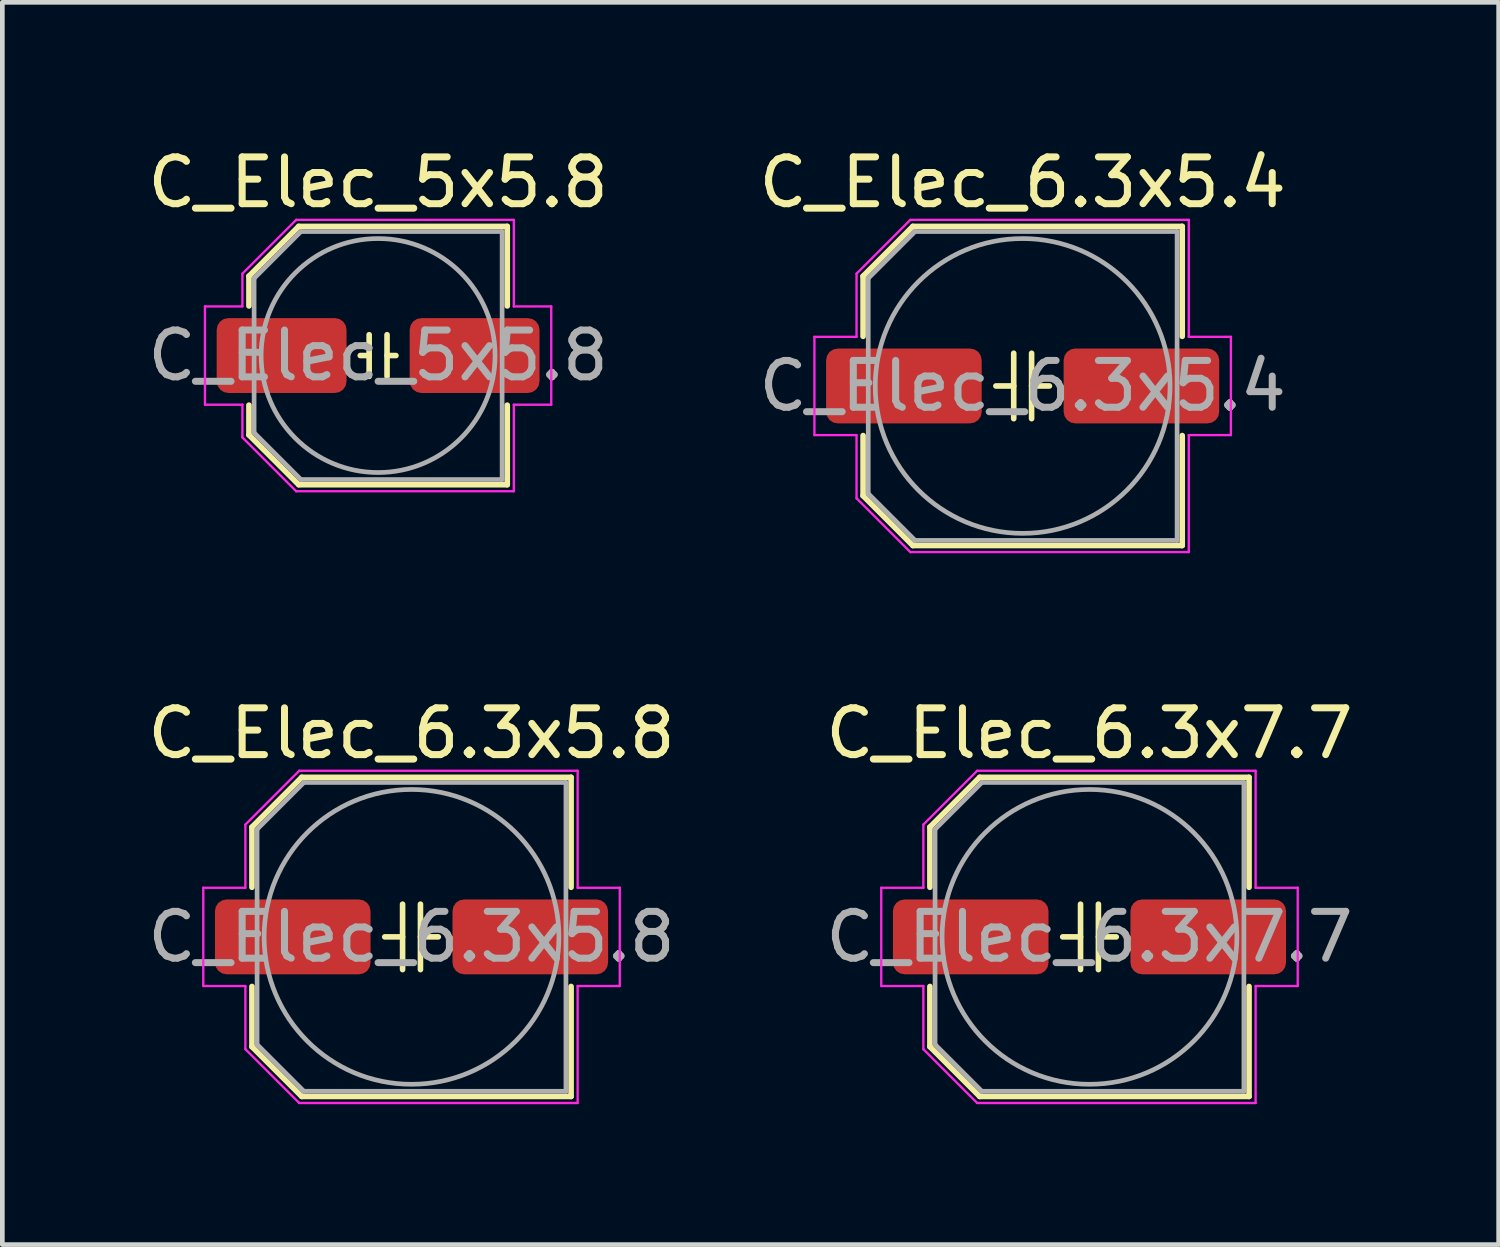
<source format=kicad_pcb>
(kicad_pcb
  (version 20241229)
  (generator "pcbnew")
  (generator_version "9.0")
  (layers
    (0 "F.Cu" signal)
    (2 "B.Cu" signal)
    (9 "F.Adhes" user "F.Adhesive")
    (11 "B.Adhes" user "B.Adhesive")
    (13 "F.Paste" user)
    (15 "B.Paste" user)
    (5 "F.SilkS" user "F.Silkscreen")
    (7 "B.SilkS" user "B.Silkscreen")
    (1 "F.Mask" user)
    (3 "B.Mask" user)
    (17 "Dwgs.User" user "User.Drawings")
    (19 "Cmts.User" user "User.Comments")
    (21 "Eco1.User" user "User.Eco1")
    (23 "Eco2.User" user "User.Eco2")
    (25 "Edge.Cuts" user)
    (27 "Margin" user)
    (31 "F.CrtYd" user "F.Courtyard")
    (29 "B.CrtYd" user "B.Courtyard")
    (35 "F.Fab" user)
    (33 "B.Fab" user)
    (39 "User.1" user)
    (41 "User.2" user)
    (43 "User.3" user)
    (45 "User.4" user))
  (footprint "C_Elec_6.3x7.7"
    (layer "F.Cu")
    (at 20.232 16.971)
    (property "Reference" "C_Elec_6.3x7.7" (at 0 -4.35 0) (layer "F.SilkS") (effects (font (size 1 1) (thickness 0.15))))
    (attr smd)
    (fp_line (start -3.41 -2.346) (end -3.41 -1.06) (stroke (width 0.12) (type solid)) (layer "F.SilkS"))
    (fp_line (start -3.41 -2.346) (end -2.346 -3.41) (stroke (width 0.12) (type solid)) (layer "F.SilkS"))
    (fp_line (start -3.41 2.346) (end -3.41 1.06) (stroke (width 0.12) (type solid)) (layer "F.SilkS"))
    (fp_line (start -3.41 2.346) (end -2.346 3.41) (stroke (width 0.12) (type solid)) (layer "F.SilkS"))
    (fp_line (start -2.346 -3.41) (end 3.41 -3.41) (stroke (width 0.12) (type solid)) (layer "F.SilkS"))
    (fp_line (start -2.346 3.41) (end 3.41 3.41) (stroke (width 0.12) (type solid)) (layer "F.SilkS"))
    (fp_line (start -0.191 -0.699) (end -0.191 0.699) (stroke (width 0.12) (type solid)) (layer "F.SilkS"))
    (fp_line (start -0.191 0) (end -0.572 0) (stroke (width 0.12) (type solid)) (layer "F.SilkS"))
    (fp_line (start 0.191 -0.699) (end 0.191 0.699) (stroke (width 0.12) (type solid)) (layer "F.SilkS"))
    (fp_line (start 0.191 0) (end 0.572 0) (stroke (width 0.12) (type solid)) (layer "F.SilkS"))
    (fp_line (start 3.41 -3.41) (end 3.41 -1.06) (stroke (width 0.12) (type solid)) (layer "F.SilkS"))
    (fp_line (start 3.41 3.41) (end 3.41 1.06) (stroke (width 0.12) (type solid)) (layer "F.SilkS"))
    (fp_line (start -4.45 -1.05) (end -4.45 1.05) (stroke (width 0.05) (type solid)) (layer "F.CrtYd"))
    (fp_line (start -4.45 1.05) (end -3.55 1.05) (stroke (width 0.05) (type solid)) (layer "F.CrtYd"))
    (fp_line (start -3.55 -2.4) (end -3.55 -1.05) (stroke (width 0.05) (type solid)) (layer "F.CrtYd"))
    (fp_line (start -3.55 -2.4) (end -2.4 -3.55) (stroke (width 0.05) (type solid)) (layer "F.CrtYd"))
    (fp_line (start -3.55 -1.05) (end -4.45 -1.05) (stroke (width 0.05) (type solid)) (layer "F.CrtYd"))
    (fp_line (start -3.55 1.05) (end -3.55 2.4) (stroke (width 0.05) (type solid)) (layer "F.CrtYd"))
    (fp_line (start -3.55 2.4) (end -2.4 3.55) (stroke (width 0.05) (type solid)) (layer "F.CrtYd"))
    (fp_line (start -2.4 -3.55) (end 3.55 -3.55) (stroke (width 0.05) (type solid)) (layer "F.CrtYd"))
    (fp_line (start -2.4 3.55) (end 3.55 3.55) (stroke (width 0.05) (type solid)) (layer "F.CrtYd"))
    (fp_line (start 3.55 -3.55) (end 3.55 -1.05) (stroke (width 0.05) (type solid)) (layer "F.CrtYd"))
    (fp_line (start 3.55 -1.05) (end 4.45 -1.05) (stroke (width 0.05) (type solid)) (layer "F.CrtYd"))
    (fp_line (start 3.55 1.05) (end 3.55 3.55) (stroke (width 0.05) (type solid)) (layer "F.CrtYd"))
    (fp_line (start 4.45 -1.05) (end 4.45 1.05) (stroke (width 0.05) (type solid)) (layer "F.CrtYd"))
    (fp_line (start 4.45 1.05) (end 3.55 1.05) (stroke (width 0.05) (type solid)) (layer "F.CrtYd"))
    (fp_line (start -3.3 -2.3) (end -3.3 2.3) (stroke (width 0.1) (type solid)) (layer "F.Fab"))
    (fp_line (start -3.3 -2.3) (end -2.3 -3.3) (stroke (width 0.1) (type solid)) (layer "F.Fab"))
    (fp_line (start -3.3 2.3) (end -2.3 3.3) (stroke (width 0.1) (type solid)) (layer "F.Fab"))
    (fp_line (start -2.3 -3.3) (end 3.3 -3.3) (stroke (width 0.1) (type solid)) (layer "F.Fab"))
    (fp_line (start -2.3 3.3) (end 3.3 3.3) (stroke (width 0.1) (type solid)) (layer "F.Fab"))
    (fp_line (start 3.3 -3.3) (end 3.3 3.3) (stroke (width 0.1) (type solid)) (layer "F.Fab"))
    (fp_circle (center 0 0) (end 3.15 0) (stroke (width 0.1) (type solid)) (fill no) (layer "F.Fab"))
    (fp_text user "${REFERENCE}" (at 0 0 0) (layer "F.Fab") (effects (font (size 1 1) (thickness 0.15))))
    (pad "1" smd roundrect (at -2.538 0) (size 3.325 1.6) (layers "F.Cu" "F.Mask" "F.Paste") (roundrect_rratio 0.156))
    (pad "2" smd roundrect (at 2.538 0) (size 3.325 1.6) (layers "F.Cu" "F.Mask" "F.Paste") (roundrect_rratio 0.156)))
  (footprint "C_Elec_5x5.8"
    (layer "F.Cu")
    (at 5.03 4.548)
    (property "Reference" "C_Elec_5x5.8" (at 0 -3.7 0) (layer "F.SilkS") (effects (font (size 1 1) (thickness 0.15))))
    (attr smd)
    (fp_line (start -2.76 -1.696) (end -2.76 -1.06) (stroke (width 0.12) (type solid)) (layer "F.SilkS"))
    (fp_line (start -2.76 -1.696) (end -1.696 -2.76) (stroke (width 0.12) (type solid)) (layer "F.SilkS"))
    (fp_line (start -2.76 1.696) (end -2.76 1.06) (stroke (width 0.12) (type solid)) (layer "F.SilkS"))
    (fp_line (start -2.76 1.696) (end -1.696 2.76) (stroke (width 0.12) (type solid)) (layer "F.SilkS"))
    (fp_line (start -1.696 -2.76) (end 2.76 -2.76) (stroke (width 0.12) (type solid)) (layer "F.SilkS"))
    (fp_line (start -1.696 2.76) (end 2.76 2.76) (stroke (width 0.12) (type solid)) (layer "F.SilkS"))
    (fp_line (start -0.191 -0.445) (end -0.191 0.445) (stroke (width 0.12) (type solid)) (layer "F.SilkS"))
    (fp_line (start -0.191 0) (end -0.381 0) (stroke (width 0.12) (type solid)) (layer "F.SilkS"))
    (fp_line (start 0.191 -0.445) (end 0.191 0.445) (stroke (width 0.12) (type solid)) (layer "F.SilkS"))
    (fp_line (start 0.191 0) (end 0.381 0) (stroke (width 0.12) (type solid)) (layer "F.SilkS"))
    (fp_line (start 2.76 -2.76) (end 2.76 -1.06) (stroke (width 0.12) (type solid)) (layer "F.SilkS"))
    (fp_line (start 2.76 2.76) (end 2.76 1.06) (stroke (width 0.12) (type solid)) (layer "F.SilkS"))
    (fp_line (start -3.7 -1.05) (end -3.7 1.05) (stroke (width 0.05) (type solid)) (layer "F.CrtYd"))
    (fp_line (start -3.7 1.05) (end -2.9 1.05) (stroke (width 0.05) (type solid)) (layer "F.CrtYd"))
    (fp_line (start -2.9 -1.75) (end -2.9 -1.05) (stroke (width 0.05) (type solid)) (layer "F.CrtYd"))
    (fp_line (start -2.9 -1.75) (end -1.75 -2.9) (stroke (width 0.05) (type solid)) (layer "F.CrtYd"))
    (fp_line (start -2.9 -1.05) (end -3.7 -1.05) (stroke (width 0.05) (type solid)) (layer "F.CrtYd"))
    (fp_line (start -2.9 1.05) (end -2.9 1.75) (stroke (width 0.05) (type solid)) (layer "F.CrtYd"))
    (fp_line (start -2.9 1.75) (end -1.75 2.9) (stroke (width 0.05) (type solid)) (layer "F.CrtYd"))
    (fp_line (start -1.75 -2.9) (end 2.9 -2.9) (stroke (width 0.05) (type solid)) (layer "F.CrtYd"))
    (fp_line (start -1.75 2.9) (end 2.9 2.9) (stroke (width 0.05) (type solid)) (layer "F.CrtYd"))
    (fp_line (start 2.9 -2.9) (end 2.9 -1.05) (stroke (width 0.05) (type solid)) (layer "F.CrtYd"))
    (fp_line (start 2.9 -1.05) (end 3.7 -1.05) (stroke (width 0.05) (type solid)) (layer "F.CrtYd"))
    (fp_line (start 2.9 1.05) (end 2.9 2.9) (stroke (width 0.05) (type solid)) (layer "F.CrtYd"))
    (fp_line (start 3.7 -1.05) (end 3.7 1.05) (stroke (width 0.05) (type solid)) (layer "F.CrtYd"))
    (fp_line (start 3.7 1.05) (end 2.9 1.05) (stroke (width 0.05) (type solid)) (layer "F.CrtYd"))
    (fp_line (start -2.65 -1.65) (end -2.65 1.65) (stroke (width 0.1) (type solid)) (layer "F.Fab"))
    (fp_line (start -2.65 -1.65) (end -1.65 -2.65) (stroke (width 0.1) (type solid)) (layer "F.Fab"))
    (fp_line (start -2.65 1.65) (end -1.65 2.65) (stroke (width 0.1) (type solid)) (layer "F.Fab"))
    (fp_line (start -1.65 -2.65) (end 2.65 -2.65) (stroke (width 0.1) (type solid)) (layer "F.Fab"))
    (fp_line (start -1.65 2.65) (end 2.65 2.65) (stroke (width 0.1) (type solid)) (layer "F.Fab"))
    (fp_line (start 2.65 -2.65) (end 2.65 2.65) (stroke (width 0.1) (type solid)) (layer "F.Fab"))
    (fp_circle (center 0 0) (end 2.5 0) (stroke (width 0.1) (type solid)) (fill no) (layer "F.Fab"))
    (fp_text user "${REFERENCE}" (at 0 0 0) (layer "F.Fab") (effects (font (size 1 1) (thickness 0.15))))
    (pad "1" smd roundrect (at -2.062 0) (size 2.775 1.6) (layers "F.Cu" "F.Mask" "F.Paste") (roundrect_rratio 0.156))
    (pad "2" smd roundrect (at 2.062 0) (size 2.775 1.6) (layers "F.Cu" "F.Mask" "F.Paste") (roundrect_rratio 0.156)))
  (footprint "C_Elec_6.3x5.8"
    (layer "F.Cu")
    (at 5.744 16.971)
    (property "Reference" "C_Elec_6.3x5.8" (at 0 -4.35 0) (layer "F.SilkS") (effects (font (size 1 1) (thickness 0.15))))
    (attr smd)
    (fp_line (start -3.41 -2.346) (end -3.41 -1.06) (stroke (width 0.12) (type solid)) (layer "F.SilkS"))
    (fp_line (start -3.41 -2.346) (end -2.346 -3.41) (stroke (width 0.12) (type solid)) (layer "F.SilkS"))
    (fp_line (start -3.41 2.346) (end -3.41 1.06) (stroke (width 0.12) (type solid)) (layer "F.SilkS"))
    (fp_line (start -3.41 2.346) (end -2.346 3.41) (stroke (width 0.12) (type solid)) (layer "F.SilkS"))
    (fp_line (start -2.346 -3.41) (end 3.41 -3.41) (stroke (width 0.12) (type solid)) (layer "F.SilkS"))
    (fp_line (start -2.346 3.41) (end 3.41 3.41) (stroke (width 0.12) (type solid)) (layer "F.SilkS"))
    (fp_line (start -0.191 -0.699) (end -0.191 0.699) (stroke (width 0.12) (type solid)) (layer "F.SilkS"))
    (fp_line (start -0.191 0) (end -0.572 0) (stroke (width 0.12) (type solid)) (layer "F.SilkS"))
    (fp_line (start 0.191 -0.699) (end 0.191 0.699) (stroke (width 0.12) (type solid)) (layer "F.SilkS"))
    (fp_line (start 0.191 0) (end 0.572 0) (stroke (width 0.12) (type solid)) (layer "F.SilkS"))
    (fp_line (start 3.41 -3.41) (end 3.41 -1.06) (stroke (width 0.12) (type solid)) (layer "F.SilkS"))
    (fp_line (start 3.41 3.41) (end 3.41 1.06) (stroke (width 0.12) (type solid)) (layer "F.SilkS"))
    (fp_line (start -4.45 -1.05) (end -4.45 1.05) (stroke (width 0.05) (type solid)) (layer "F.CrtYd"))
    (fp_line (start -4.45 1.05) (end -3.55 1.05) (stroke (width 0.05) (type solid)) (layer "F.CrtYd"))
    (fp_line (start -3.55 -2.4) (end -3.55 -1.05) (stroke (width 0.05) (type solid)) (layer "F.CrtYd"))
    (fp_line (start -3.55 -2.4) (end -2.4 -3.55) (stroke (width 0.05) (type solid)) (layer "F.CrtYd"))
    (fp_line (start -3.55 -1.05) (end -4.45 -1.05) (stroke (width 0.05) (type solid)) (layer "F.CrtYd"))
    (fp_line (start -3.55 1.05) (end -3.55 2.4) (stroke (width 0.05) (type solid)) (layer "F.CrtYd"))
    (fp_line (start -3.55 2.4) (end -2.4 3.55) (stroke (width 0.05) (type solid)) (layer "F.CrtYd"))
    (fp_line (start -2.4 -3.55) (end 3.55 -3.55) (stroke (width 0.05) (type solid)) (layer "F.CrtYd"))
    (fp_line (start -2.4 3.55) (end 3.55 3.55) (stroke (width 0.05) (type solid)) (layer "F.CrtYd"))
    (fp_line (start 3.55 -3.55) (end 3.55 -1.05) (stroke (width 0.05) (type solid)) (layer "F.CrtYd"))
    (fp_line (start 3.55 -1.05) (end 4.45 -1.05) (stroke (width 0.05) (type solid)) (layer "F.CrtYd"))
    (fp_line (start 3.55 1.05) (end 3.55 3.55) (stroke (width 0.05) (type solid)) (layer "F.CrtYd"))
    (fp_line (start 4.45 -1.05) (end 4.45 1.05) (stroke (width 0.05) (type solid)) (layer "F.CrtYd"))
    (fp_line (start 4.45 1.05) (end 3.55 1.05) (stroke (width 0.05) (type solid)) (layer "F.CrtYd"))
    (fp_line (start -3.3 -2.3) (end -3.3 2.3) (stroke (width 0.1) (type solid)) (layer "F.Fab"))
    (fp_line (start -3.3 -2.3) (end -2.3 -3.3) (stroke (width 0.1) (type solid)) (layer "F.Fab"))
    (fp_line (start -3.3 2.3) (end -2.3 3.3) (stroke (width 0.1) (type solid)) (layer "F.Fab"))
    (fp_line (start -2.3 -3.3) (end 3.3 -3.3) (stroke (width 0.1) (type solid)) (layer "F.Fab"))
    (fp_line (start -2.3 3.3) (end 3.3 3.3) (stroke (width 0.1) (type solid)) (layer "F.Fab"))
    (fp_line (start 3.3 -3.3) (end 3.3 3.3) (stroke (width 0.1) (type solid)) (layer "F.Fab"))
    (fp_circle (center 0 0) (end 3.15 0) (stroke (width 0.1) (type solid)) (fill no) (layer "F.Fab"))
    (fp_text user "${REFERENCE}" (at 0 0 0) (layer "F.Fab") (effects (font (size 1 1) (thickness 0.15))))
    (pad "1" smd roundrect (at -2.538 0) (size 3.325 1.6) (layers "F.Cu" "F.Mask" "F.Paste") (roundrect_rratio 0.156))
    (pad "2" smd roundrect (at 2.538 0) (size 3.325 1.6) (layers "F.Cu" "F.Mask" "F.Paste") (roundrect_rratio 0.156)))
  (footprint "C_Elec_6.3x5.4"
    (layer "F.Cu")
    (at 18.804 5.198)
    (property "Reference" "C_Elec_6.3x5.4" (at 0 -4.35 0) (layer "F.SilkS") (effects (font (size 1 1) (thickness 0.15))))
    (attr smd)
    (fp_line (start -3.41 -2.346) (end -3.41 -1.06) (stroke (width 0.12) (type solid)) (layer "F.SilkS"))
    (fp_line (start -3.41 -2.346) (end -2.346 -3.41) (stroke (width 0.12) (type solid)) (layer "F.SilkS"))
    (fp_line (start -3.41 2.346) (end -3.41 1.06) (stroke (width 0.12) (type solid)) (layer "F.SilkS"))
    (fp_line (start -3.41 2.346) (end -2.346 3.41) (stroke (width 0.12) (type solid)) (layer "F.SilkS"))
    (fp_line (start -2.346 -3.41) (end 3.41 -3.41) (stroke (width 0.12) (type solid)) (layer "F.SilkS"))
    (fp_line (start -2.346 3.41) (end 3.41 3.41) (stroke (width 0.12) (type solid)) (layer "F.SilkS"))
    (fp_line (start -0.191 -0.699) (end -0.191 0.699) (stroke (width 0.12) (type solid)) (layer "F.SilkS"))
    (fp_line (start -0.191 0) (end -0.572 0) (stroke (width 0.12) (type solid)) (layer "F.SilkS"))
    (fp_line (start 0.191 -0.699) (end 0.191 0.699) (stroke (width 0.12) (type solid)) (layer "F.SilkS"))
    (fp_line (start 0.191 0) (end 0.572 0) (stroke (width 0.12) (type solid)) (layer "F.SilkS"))
    (fp_line (start 3.41 -3.41) (end 3.41 -1.06) (stroke (width 0.12) (type solid)) (layer "F.SilkS"))
    (fp_line (start 3.41 3.41) (end 3.41 1.06) (stroke (width 0.12) (type solid)) (layer "F.SilkS"))
    (fp_line (start -4.45 -1.05) (end -4.45 1.05) (stroke (width 0.05) (type solid)) (layer "F.CrtYd"))
    (fp_line (start -4.45 1.05) (end -3.55 1.05) (stroke (width 0.05) (type solid)) (layer "F.CrtYd"))
    (fp_line (start -3.55 -2.4) (end -3.55 -1.05) (stroke (width 0.05) (type solid)) (layer "F.CrtYd"))
    (fp_line (start -3.55 -2.4) (end -2.4 -3.55) (stroke (width 0.05) (type solid)) (layer "F.CrtYd"))
    (fp_line (start -3.55 -1.05) (end -4.45 -1.05) (stroke (width 0.05) (type solid)) (layer "F.CrtYd"))
    (fp_line (start -3.55 1.05) (end -3.55 2.4) (stroke (width 0.05) (type solid)) (layer "F.CrtYd"))
    (fp_line (start -3.55 2.4) (end -2.4 3.55) (stroke (width 0.05) (type solid)) (layer "F.CrtYd"))
    (fp_line (start -2.4 -3.55) (end 3.55 -3.55) (stroke (width 0.05) (type solid)) (layer "F.CrtYd"))
    (fp_line (start -2.4 3.55) (end 3.55 3.55) (stroke (width 0.05) (type solid)) (layer "F.CrtYd"))
    (fp_line (start 3.55 -3.55) (end 3.55 -1.05) (stroke (width 0.05) (type solid)) (layer "F.CrtYd"))
    (fp_line (start 3.55 -1.05) (end 4.45 -1.05) (stroke (width 0.05) (type solid)) (layer "F.CrtYd"))
    (fp_line (start 3.55 1.05) (end 3.55 3.55) (stroke (width 0.05) (type solid)) (layer "F.CrtYd"))
    (fp_line (start 4.45 -1.05) (end 4.45 1.05) (stroke (width 0.05) (type solid)) (layer "F.CrtYd"))
    (fp_line (start 4.45 1.05) (end 3.55 1.05) (stroke (width 0.05) (type solid)) (layer "F.CrtYd"))
    (fp_line (start -3.3 -2.3) (end -3.3 2.3) (stroke (width 0.1) (type solid)) (layer "F.Fab"))
    (fp_line (start -3.3 -2.3) (end -2.3 -3.3) (stroke (width 0.1) (type solid)) (layer "F.Fab"))
    (fp_line (start -3.3 2.3) (end -2.3 3.3) (stroke (width 0.1) (type solid)) (layer "F.Fab"))
    (fp_line (start -2.3 -3.3) (end 3.3 -3.3) (stroke (width 0.1) (type solid)) (layer "F.Fab"))
    (fp_line (start -2.3 3.3) (end 3.3 3.3) (stroke (width 0.1) (type solid)) (layer "F.Fab"))
    (fp_line (start 3.3 -3.3) (end 3.3 3.3) (stroke (width 0.1) (type solid)) (layer "F.Fab"))
    (fp_circle (center 0 0) (end 3.15 0) (stroke (width 0.1) (type solid)) (fill no) (layer "F.Fab"))
    (fp_text user "${REFERENCE}" (at 0 0 0) (layer "F.Fab") (effects (font (size 1 1) (thickness 0.15))))
    (pad "1" smd roundrect (at -2.538 0) (size 3.325 1.6) (layers "F.Cu" "F.Mask" "F.Paste") (roundrect_rratio 0.156))
    (pad "2" smd roundrect (at 2.538 0) (size 3.325 1.6) (layers "F.Cu" "F.Mask" "F.Paste") (roundrect_rratio 0.156)))
  (gr_rect
    (start -3 -3)
    (end 28.976 23.547)
    (stroke (width 0.1) (type default))
    (fill no)
    (layer "Edge.Cuts")))
</source>
